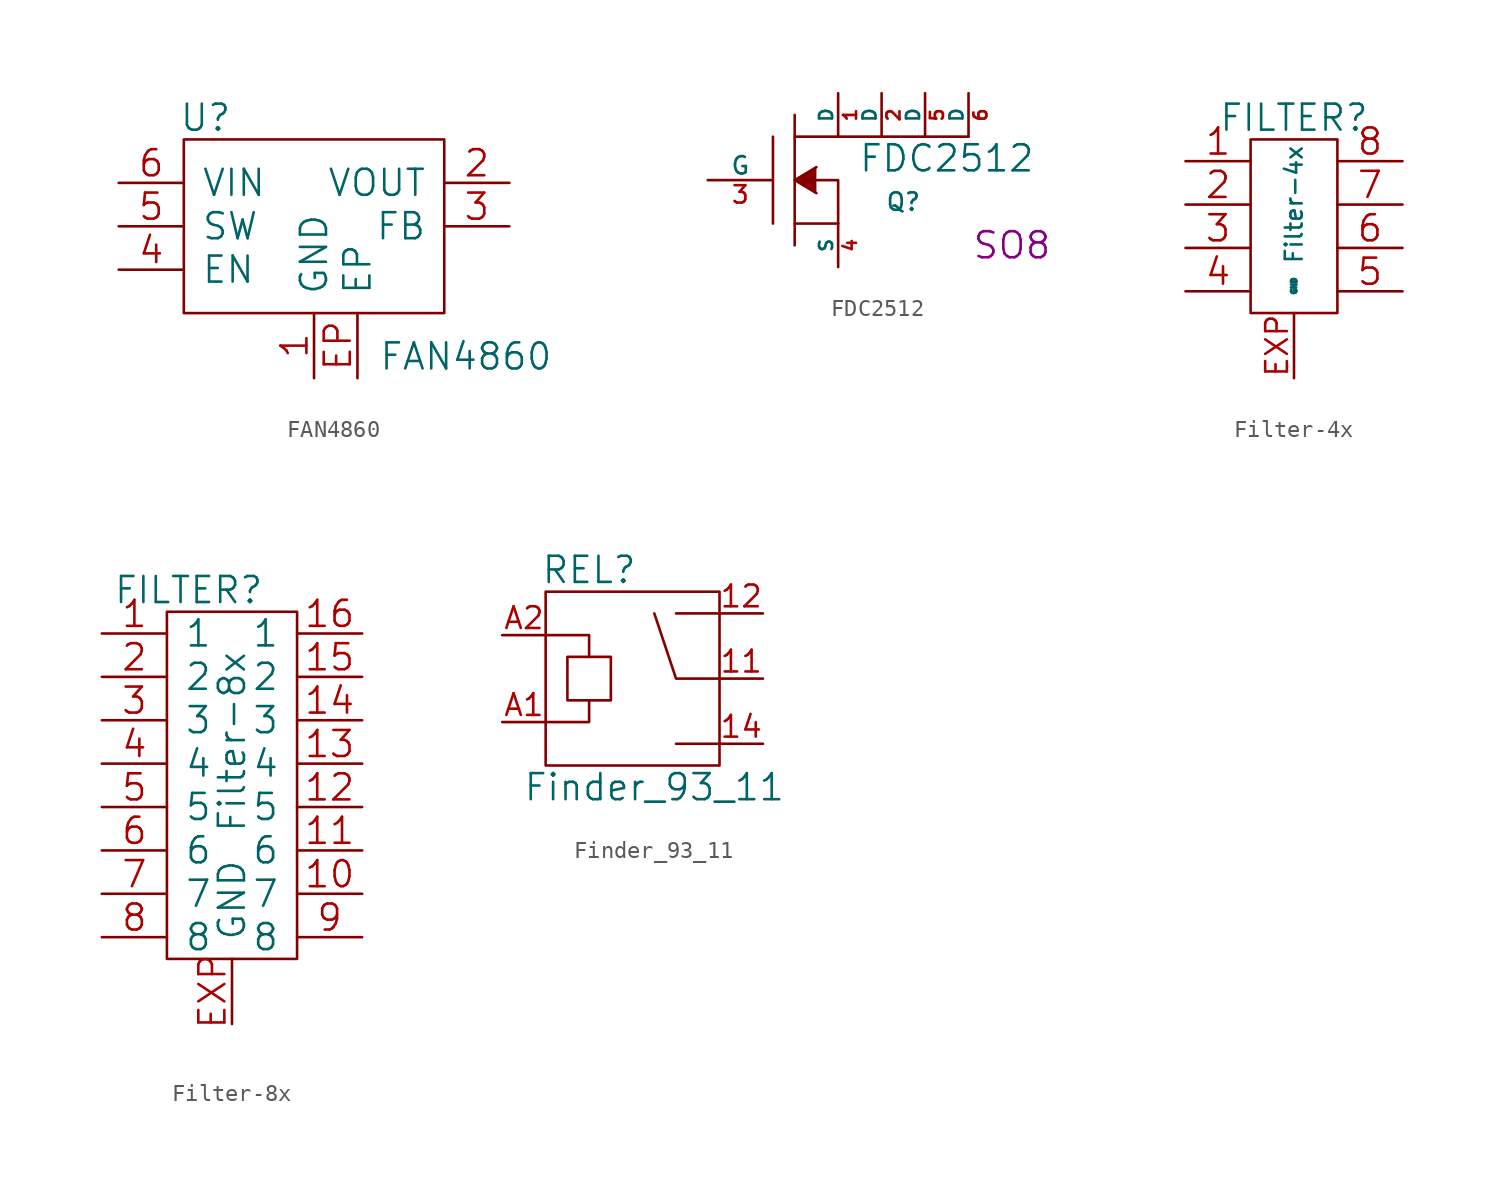
<source format=kicad_sym>
(kicad_symbol_lib
  (version 20210619)
  (generator kicad_symbol_editor)
  (symbol "tinkerforge:FAN4860"
    (pin_names
      (offset 1.016))
    (property "Reference" "U"
      (at -6.35 6.35 0)
      (effects (font (size 1.524 1.524))))
    (property "Value" "FAN4860"
      (at 8.89 -7.62 0)
      (effects (font (size 1.524 1.524))))
    (property "Footprint" ""
      (at 0 0 0)
      (effects (font (size 1.524 1.524))))
    (property "Datasheet" ""
      (at 0 0 0)
      (effects (font (size 1.524 1.524))))
    (symbol "FAN4860_0_1"
      (rectangle (start -7.62 5.08) (end 7.62 -5.08) (stroke (width 0)) (fill (type none))))
    (symbol "FAN4860_1_1"
      (pin passive line (at 0 -8.89 90) (length 3.81) (name "GND" (effects (font (size 1.524 1.524)))) (number "1" (effects (font (size 1.524 1.524)))))
      (pin passive line (at 11.43 2.54 180) (length 3.81) (name "VOUT" (effects (font (size 1.524 1.524)))) (number "2" (effects (font (size 1.524 1.524)))))
      (pin passive line (at 11.43 0 180) (length 3.81) (name "FB" (effects (font (size 1.524 1.524)))) (number "3" (effects (font (size 1.524 1.524)))))
      (pin passive line (at -11.43 -2.54 0) (length 3.81) (name "EN" (effects (font (size 1.524 1.524)))) (number "4" (effects (font (size 1.524 1.524)))))
      (pin passive line (at -11.43 0 0) (length 3.81) (name "SW" (effects (font (size 1.524 1.524)))) (number "5" (effects (font (size 1.524 1.524)))))
      (pin passive line (at -11.43 2.54 0) (length 3.81) (name "VIN" (effects (font (size 1.524 1.524)))) (number "6" (effects (font (size 1.524 1.524)))))
      (pin passive line (at 2.54 -8.89 90) (length 3.81) (name "EP" (effects (font (size 1.524 1.524)))) (number "EP" (effects (font (size 1.524 1.524)))))))
  (symbol "tinkerforge:FDC2512"
    (pin_names
      (offset 0))
    (property "Reference" "Q"
      (at 6.35 -1.27 0)
      (effects (font (size 1.016 1.016))))
    (property "Value" "FDC2512"
      (at 8.89 1.27 0)
      (effects (font (size 1.524 1.524))))
    (property "Footprint" "SO8"
      (at 12.7 -3.81 0)
      (effects (font (size 1.524 1.524))))
    (property "Datasheet" ""
      (at 0 0 0)
      (effects (font (size 1.524 1.524))))
    (symbol "FDC2512_0_1"
      (polyline (pts (xy -1.27 -2.54) (xy -1.27 2.54)) (stroke (width 0)) (fill (type none)))
      (polyline (pts (xy 0 -3.81) (xy 0 3.81)) (stroke (width 0)) (fill (type none)))
      (polyline (pts (xy 2.54 -2.54) (xy 0 -2.54)) (stroke (width 0)) (fill (type none)))
      (polyline (pts (xy 2.54 2.54) (xy 0 2.54)) (stroke (width 0)) (fill (type none)))
      (polyline (pts (xy 2.54 -2.54) (xy 2.54 0) (xy 1.27 0)) (stroke (width 0)) (fill (type none)))
      (polyline (pts (xy 2.54 2.54) (xy 5.08 2.54) (xy 5.08 2.54)) (stroke (width 0)) (fill (type none)))
      (polyline (pts (xy 5.08 2.54) (xy 7.62 2.54) (xy 7.62 2.54)) (stroke (width 0)) (fill (type none)))
      (polyline (pts (xy 7.62 2.54) (xy 10.16 2.54) (xy 10.16 2.54)) (stroke (width 0)) (fill (type none)))
      (polyline (pts (xy 1.27 -0.762) (xy 0 0) (xy 1.27 0.762)) (stroke (width 0)) (fill (type outline))))
    (symbol "FDC2512_1_1"
      (pin passive line (at 2.54 5.08 270) (length 2.54) (name "D" (effects (font (size 0.762 0.762)))) (number "1" (effects (font (size 0.762 0.762)))))
      (pin passive line (at 5.08 5.08 270) (length 2.54) (name "D" (effects (font (size 0.762 0.762)))) (number "2" (effects (font (size 0.762 0.762)))))
      (pin input line (at -5.08 0 0) (length 3.81) (name "G" (effects (font (size 1.016 1.016)))) (number "3" (effects (font (size 1.016 1.016)))))
      (pin passive line (at 2.54 -5.08 90) (length 2.54) (name "S" (effects (font (size 0.762 0.762)))) (number "4" (effects (font (size 0.762 0.762)))))
      (pin passive line (at 7.62 5.08 270) (length 2.54) (name "D" (effects (font (size 0.762 0.762)))) (number "5" (effects (font (size 0.762 0.762)))))
      (pin passive line (at 10.16 5.08 270) (length 2.54) (name "D" (effects (font (size 0.762 0.762)))) (number "6" (effects (font (size 0.762 0.762)))))))
  (symbol "tinkerforge:Filter-4x"
    (pin_names
      (offset 1.016))
    (property "Reference" "FILTER"
      (at 0 11.43 0)
      (effects (font (size 1.524 1.524))))
    (property "Value" "Filter-4x"
      (at 0 6.35 90)
      (effects (font (size 0.991 0.991))))
    (property "Footprint" ""
      (at 0 0 0)
      (effects (font (size 1.524 1.524))))
    (property "Datasheet" ""
      (at 0 0 0)
      (effects (font (size 1.524 1.524))))
    (symbol "Filter-4x_0_1"
      (rectangle (start -2.54 10.16) (end 2.54 0) (stroke (width 0)) (fill (type none))))
    (symbol "Filter-4x_1_1"
      (pin input line (at -6.35 8.89 0) (length 3.81) (name "~" (effects (font (size 1.524 1.524)))) (number "1" (effects (font (size 1.524 1.524)))))
      (pin input line (at -6.35 6.35 0) (length 3.81) (name "~" (effects (font (size 1.524 1.524)))) (number "2" (effects (font (size 1.524 1.524)))))
      (pin input line (at -6.35 3.81 0) (length 3.81) (name "~" (effects (font (size 1.524 1.524)))) (number "3" (effects (font (size 1.524 1.524)))))
      (pin input line (at -6.35 1.27 0) (length 3.81) (name "~" (effects (font (size 1.524 1.524)))) (number "4" (effects (font (size 1.524 1.524)))))
      (pin input line (at 6.35 1.27 180) (length 3.81) (name "~" (effects (font (size 1.524 1.524)))) (number "5" (effects (font (size 1.524 1.524)))))
      (pin input line (at 6.35 3.81 180) (length 3.81) (name "~" (effects (font (size 1.524 1.524)))) (number "6" (effects (font (size 1.524 1.524)))))
      (pin input line (at 6.35 6.35 180) (length 3.81) (name "~" (effects (font (size 1.524 1.524)))) (number "7" (effects (font (size 1.524 1.524)))))
      (pin input line (at 6.35 8.89 180) (length 3.81) (name "~" (effects (font (size 1.524 1.524)))) (number "8" (effects (font (size 1.524 1.524)))))
      (pin input line (at 0 -3.81 90) (length 3.81) (name "GND" (effects (font (size 0.305 0.305)))) (number "EXP" (effects (font (size 1.27 1.27)))))))
  (symbol "tinkerforge:Filter-8x"
    (pin_names
      (offset 1.016))
    (property "Reference" "FILTER"
      (at -2.54 11.43 0)
      (effects (font (size 1.524 1.524))))
    (property "Value" "Filter-8x"
      (at 0 2.54 90)
      (effects (font (size 1.524 1.524))))
    (property "Footprint" ""
      (at 0 0 0)
      (effects (font (size 1.524 1.524))))
    (property "Datasheet" ""
      (at 0 0 0)
      (effects (font (size 1.524 1.524))))
    (symbol "Filter-8x_0_1"
      (rectangle (start -3.81 10.16) (end 3.81 -10.16) (stroke (width 0)) (fill (type none))))
    (symbol "Filter-8x_1_1"
      (pin input line (at -7.62 8.89 0) (length 3.81) (name "1" (effects (font (size 1.524 1.524)))) (number "1" (effects (font (size 1.524 1.524)))))
      (pin input line (at 7.62 -6.35 180) (length 3.81) (name "7" (effects (font (size 1.524 1.524)))) (number "10" (effects (font (size 1.524 1.524)))))
      (pin input line (at 7.62 -3.81 180) (length 3.81) (name "6" (effects (font (size 1.524 1.524)))) (number "11" (effects (font (size 1.524 1.524)))))
      (pin input line (at 7.62 -1.27 180) (length 3.81) (name "5" (effects (font (size 1.524 1.524)))) (number "12" (effects (font (size 1.524 1.524)))))
      (pin input line (at 7.62 1.27 180) (length 3.81) (name "4" (effects (font (size 1.524 1.524)))) (number "13" (effects (font (size 1.524 1.524)))))
      (pin input line (at 7.62 3.81 180) (length 3.81) (name "3" (effects (font (size 1.524 1.524)))) (number "14" (effects (font (size 1.524 1.524)))))
      (pin input line (at 7.62 6.35 180) (length 3.81) (name "2" (effects (font (size 1.524 1.524)))) (number "15" (effects (font (size 1.524 1.524)))))
      (pin input line (at 7.62 8.89 180) (length 3.81) (name "1" (effects (font (size 1.524 1.524)))) (number "16" (effects (font (size 1.524 1.524)))))
      (pin input line (at -7.62 6.35 0) (length 3.81) (name "2" (effects (font (size 1.524 1.524)))) (number "2" (effects (font (size 1.524 1.524)))))
      (pin input line (at -7.62 3.81 0) (length 3.81) (name "3" (effects (font (size 1.524 1.524)))) (number "3" (effects (font (size 1.524 1.524)))))
      (pin input line (at -7.62 1.27 0) (length 3.81) (name "4" (effects (font (size 1.524 1.524)))) (number "4" (effects (font (size 1.524 1.524)))))
      (pin input line (at -7.62 -1.27 0) (length 3.81) (name "5" (effects (font (size 1.524 1.524)))) (number "5" (effects (font (size 1.524 1.524)))))
      (pin input line (at -7.62 -3.81 0) (length 3.81) (name "6" (effects (font (size 1.524 1.524)))) (number "6" (effects (font (size 1.524 1.524)))))
      (pin input line (at -7.62 -6.35 0) (length 3.81) (name "7" (effects (font (size 1.524 1.524)))) (number "7" (effects (font (size 1.524 1.524)))))
      (pin input line (at -7.62 -8.89 0) (length 3.81) (name "8" (effects (font (size 1.524 1.524)))) (number "8" (effects (font (size 1.524 1.524)))))
      (pin input line (at 7.62 -8.89 180) (length 3.81) (name "8" (effects (font (size 1.524 1.524)))) (number "9" (effects (font (size 1.524 1.524)))))
      (pin input line (at 0 -13.97 90) (length 3.81) (name "GND" (effects (font (size 1.524 1.524)))) (number "EXP" (effects (font (size 1.524 1.524)))))))
  (symbol "tinkerforge:Finder_93_11"
    (pin_names
      (offset 1.016))
    (property "Reference" "REL"
      (at -3.81 6.35 0)
      (effects (font (size 1.524 1.524))))
    (property "Value" "Finder_93_11"
      (at 0 -6.35 0)
      (effects (font (size 1.524 1.524))))
    (property "Footprint" ""
      (at 8.89 0 0)
      (effects (font (size 1.524 1.524))))
    (property "Datasheet" ""
      (at 8.89 0 0)
      (effects (font (size 1.524 1.524))))
    (symbol "Finder_93_11_0_1"
      (rectangle (start -6.35 5.08) (end 3.81 -5.08) (stroke (width 0)) (fill (type none)))
      (rectangle (start -5.08 1.27) (end -2.54 -1.27) (stroke (width 0)) (fill (type none)))
      (polyline (pts (xy 3.81 -3.81) (xy 1.27 -3.81)) (stroke (width 0)) (fill (type none)))
      (polyline (pts (xy 3.81 3.81) (xy 1.27 3.81)) (stroke (width 0)) (fill (type none)))
      (polyline (pts (xy -6.35 -2.54) (xy -3.81 -2.54) (xy -3.81 -1.27)) (stroke (width 0)) (fill (type none)))
      (polyline (pts (xy -6.35 2.54) (xy -3.81 2.54) (xy -3.81 1.27)) (stroke (width 0)) (fill (type none)))
      (polyline (pts (xy 3.81 0) (xy 1.27 0) (xy 0 3.81)) (stroke (width 0)) (fill (type none))))
    (symbol "Finder_93_11_1_1"
      (pin input line (at 6.35 0 180) (length 2.54) (name "~" (effects (font (size 1.27 1.27)))) (number "11" (effects (font (size 1.27 1.27)))))
      (pin input line (at 6.35 3.81 180) (length 2.54) (name "~" (effects (font (size 1.27 1.27)))) (number "12" (effects (font (size 1.27 1.27)))))
      (pin input line (at 6.35 -3.81 180) (length 2.54) (name "~" (effects (font (size 1.27 1.27)))) (number "14" (effects (font (size 1.27 1.27)))))
      (pin input line (at -8.89 -2.54 0) (length 2.54) (name "~" (effects (font (size 1.27 1.27)))) (number "A1" (effects (font (size 1.27 1.27)))))
      (pin input line (at -8.89 2.54 0) (length 2.54) (name "~" (effects (font (size 1.27 1.27)))) (number "A2" (effects (font (size 1.27 1.27))))))))
</source>
